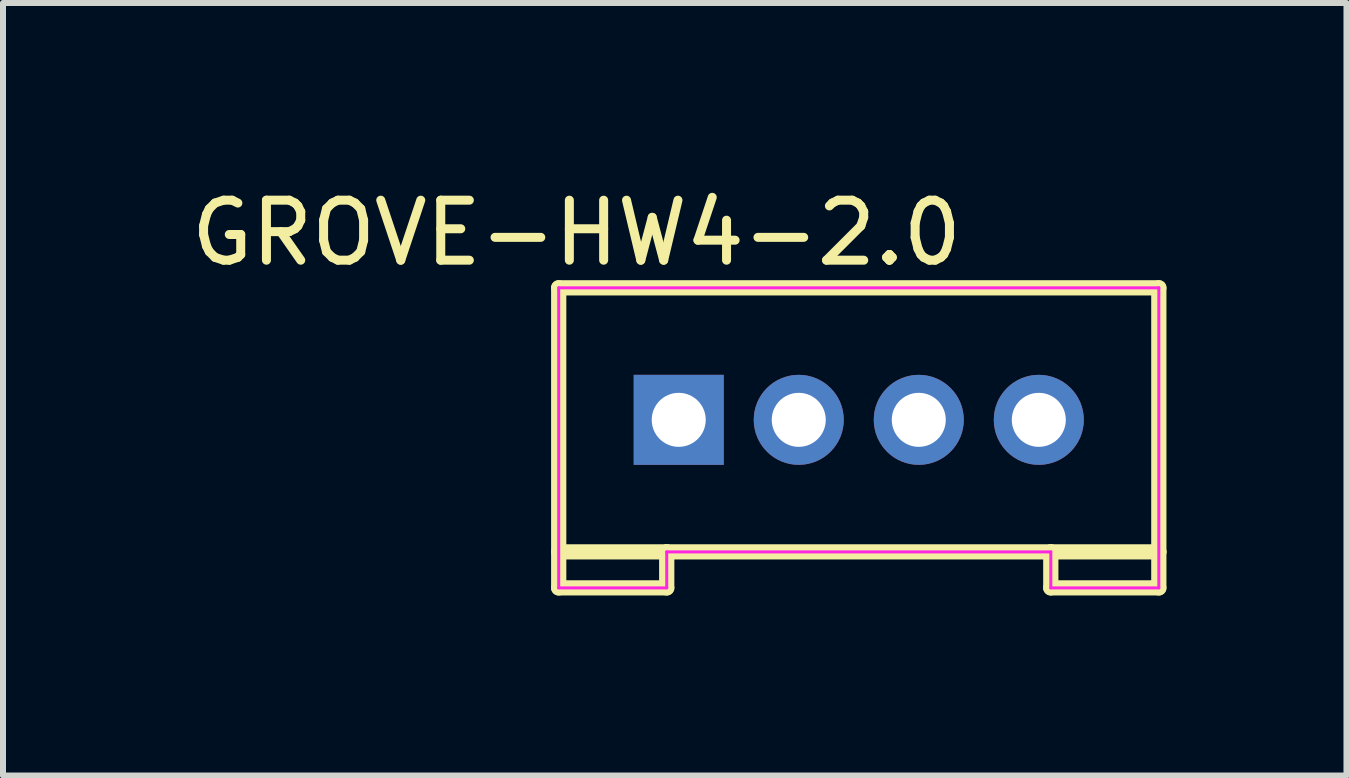
<source format=kicad_pcb>
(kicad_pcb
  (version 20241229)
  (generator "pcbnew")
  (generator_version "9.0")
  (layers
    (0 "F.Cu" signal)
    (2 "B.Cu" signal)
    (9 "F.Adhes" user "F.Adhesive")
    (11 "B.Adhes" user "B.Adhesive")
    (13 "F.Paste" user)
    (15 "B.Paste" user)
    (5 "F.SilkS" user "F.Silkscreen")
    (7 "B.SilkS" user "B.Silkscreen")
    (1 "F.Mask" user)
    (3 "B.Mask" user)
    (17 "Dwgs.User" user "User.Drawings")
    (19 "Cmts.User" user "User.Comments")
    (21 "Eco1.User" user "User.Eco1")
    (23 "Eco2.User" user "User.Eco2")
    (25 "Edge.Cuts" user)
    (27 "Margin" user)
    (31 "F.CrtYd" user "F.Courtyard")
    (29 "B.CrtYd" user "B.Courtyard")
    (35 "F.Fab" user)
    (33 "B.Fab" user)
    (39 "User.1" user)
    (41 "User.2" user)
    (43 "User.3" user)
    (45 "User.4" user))
  (footprint "GROVE-HW4-2.0"
    (layer "F.Cu")
    (at 11.26 3.946)
    (property "Reference" "GROVE-HW4-2.0" (at 1.8 -3.7 180) (layer "F.SilkS") (effects (font (size 1 1) (thickness 0.15)) (justify right top)))
    (fp_line (start -5 -2.2) (end -5 2.2) (stroke (width 0.254) (type solid)) (layer "F.SilkS"))
    (fp_line (start -5 -2.2) (end 5 -2.2) (stroke (width 0.254) (type solid)) (layer "F.SilkS"))
    (fp_line (start -5 -1) (end -5 1) (stroke (width 0.127) (type solid)) (layer "F.SilkS"))
    (fp_line (start -5 2.2) (end -5 2.8) (stroke (width 0.254) (type solid)) (layer "F.SilkS"))
    (fp_line (start -5 2.2) (end -3.2 2.2) (stroke (width 0.254) (type solid)) (layer "F.SilkS"))
    (fp_line (start -5 2.8) (end -3.2 2.8) (stroke (width 0.254) (type solid)) (layer "F.SilkS"))
    (fp_line (start -3.2 2.2) (end 3.2 2.2) (stroke (width 0.254) (type solid)) (layer "F.SilkS"))
    (fp_line (start -3.2 2.8) (end -3.2 2.2) (stroke (width 0.254) (type solid)) (layer "F.SilkS"))
    (fp_line (start 3.2 2.2) (end 3.2 2.8) (stroke (width 0.254) (type solid)) (layer "F.SilkS"))
    (fp_line (start 3.2 2.2) (end 5 2.2) (stroke (width 0.254) (type solid)) (layer "F.SilkS"))
    (fp_line (start 3.2 2.8) (end 5 2.8) (stroke (width 0.254) (type solid)) (layer "F.SilkS"))
    (fp_line (start 5 2.2) (end 5 -2.2) (stroke (width 0.254) (type solid)) (layer "F.SilkS"))
    (fp_line (start 5 2.8) (end 5 2.2) (stroke (width 0.254) (type solid)) (layer "F.SilkS"))
    (fp_line (start -5 -2.2) (end -5 2.8) (stroke (width 0.05) (type default)) (layer "F.CrtYd"))
    (fp_line (start -5 2.8) (end -3.2 2.8) (stroke (width 0.05) (type default)) (layer "F.CrtYd"))
    (fp_line (start -3.2 2.2) (end 3.2 2.2) (stroke (width 0.05) (type default)) (layer "F.CrtYd"))
    (fp_line (start -3.2 2.8) (end -3.2 2.2) (stroke (width 0.05) (type default)) (layer "F.CrtYd"))
    (fp_line (start 3.2 2.2) (end 3.2 2.8) (stroke (width 0.05) (type default)) (layer "F.CrtYd"))
    (fp_line (start 3.2 2.8) (end 5 2.8) (stroke (width 0.05) (type default)) (layer "F.CrtYd"))
    (fp_line (start 5 -2.2) (end -5 -2.2) (stroke (width 0.05) (type default)) (layer "F.CrtYd"))
    (fp_line (start 5 2.8) (end 5 -2.2) (stroke (width 0.05) (type default)) (layer "F.CrtYd"))
    (pad "1" thru_hole rect (at -3 0) (size 1.5 1.5) (drill 0.9) (layers "*.Cu" "*.Mask"))
    (pad "2" thru_hole circle (at -1 0) (size 1.5 1.5) (drill 0.9) (layers "*.Cu" "*.Mask"))
    (pad "3" thru_hole circle (at 1 0) (size 1.5 1.5) (drill 0.9) (layers "*.Cu" "*.Mask"))
    (pad "4" thru_hole circle (at 3 0) (size 1.5 1.5) (drill 0.9) (layers "*.Cu" "*.Mask")))
  (gr_rect
    (start -3 -3)
    (end 19.387 9.873)
    (stroke (width 0.1) (type default))
    (fill no)
    (layer "Edge.Cuts")))
</source>
